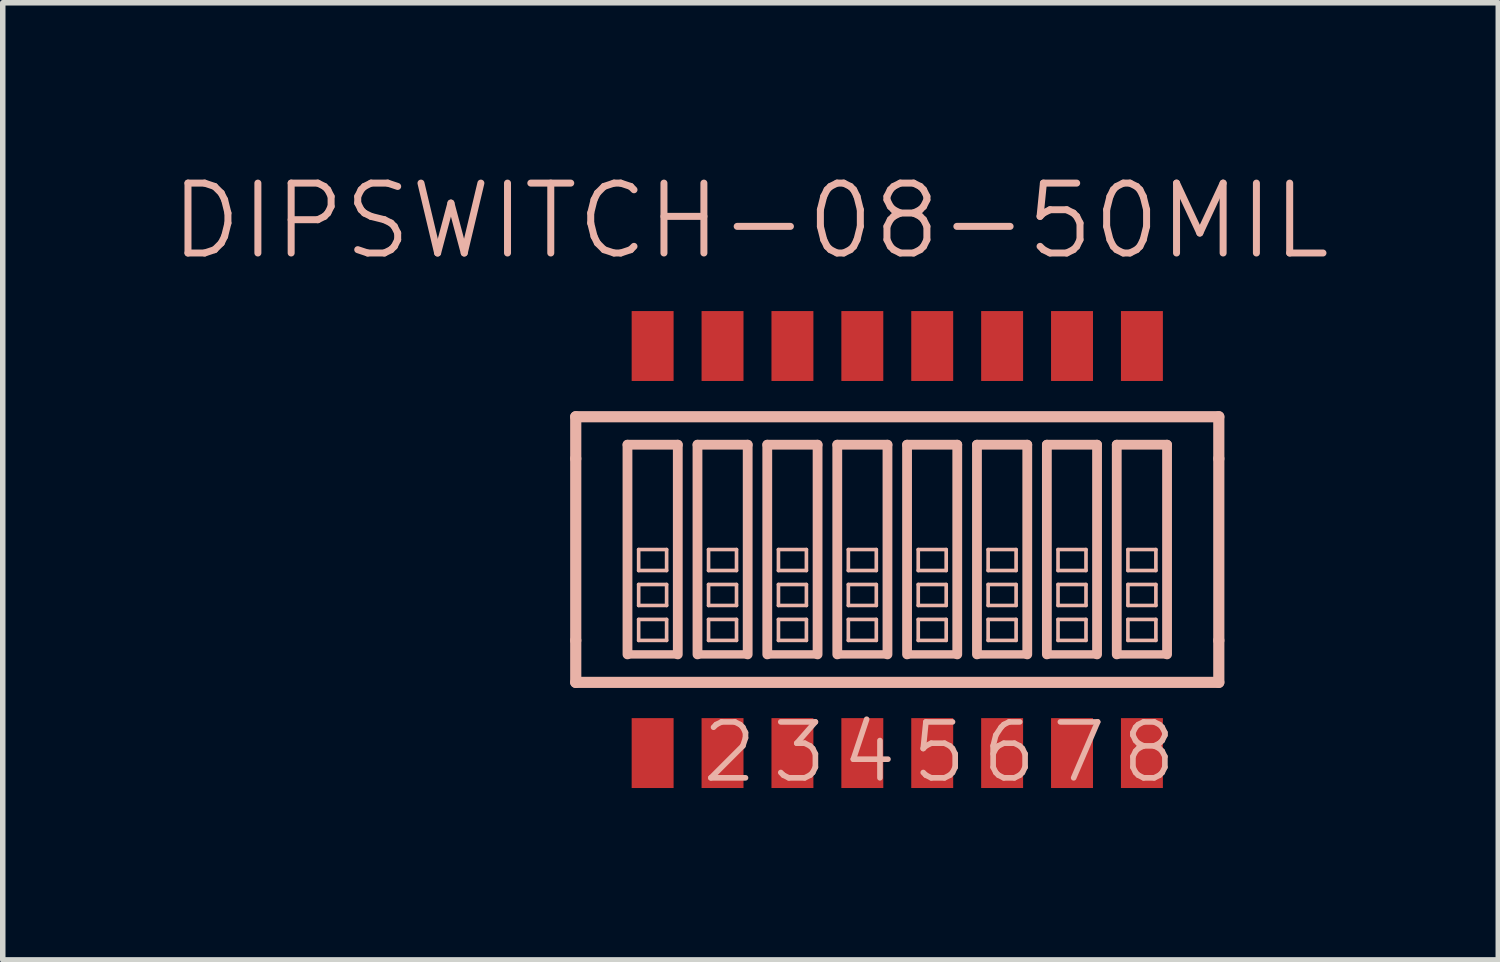
<source format=kicad_pcb>
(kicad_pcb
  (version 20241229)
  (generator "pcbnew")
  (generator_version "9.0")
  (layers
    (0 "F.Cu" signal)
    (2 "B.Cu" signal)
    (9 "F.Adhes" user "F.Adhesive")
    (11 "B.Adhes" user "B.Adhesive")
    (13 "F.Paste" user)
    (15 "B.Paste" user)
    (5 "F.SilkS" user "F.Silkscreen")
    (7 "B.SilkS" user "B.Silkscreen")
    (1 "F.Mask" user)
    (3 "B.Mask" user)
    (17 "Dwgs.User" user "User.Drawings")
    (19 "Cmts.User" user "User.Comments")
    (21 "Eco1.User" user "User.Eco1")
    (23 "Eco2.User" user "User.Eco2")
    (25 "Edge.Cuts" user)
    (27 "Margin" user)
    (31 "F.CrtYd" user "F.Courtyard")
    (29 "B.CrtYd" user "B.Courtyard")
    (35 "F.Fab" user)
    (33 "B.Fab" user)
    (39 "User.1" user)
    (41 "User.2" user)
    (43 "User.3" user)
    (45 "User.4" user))
  (footprint "DIPSWITCH-08-50MIL"
    (layer "F.Cu")
    (at 13.253 6.935)
    (property "Reference" "DIPSWITCH-08-50MIL" (at -2.667 -5.969 0) (layer "B.SilkS") (effects (font (size 1.27 1.27) (thickness 0.127))))
    (attr smd)
    (fp_line (start -5.842 -2.413) (end -5.842 -1.651) (stroke (width 0.203) (type solid)) (layer "B.SilkS"))
    (fp_line (start -5.842 -1.651) (end -5.842 1.651) (stroke (width 0.203) (type solid)) (layer "B.SilkS"))
    (fp_line (start -5.842 1.651) (end -5.842 2.413) (stroke (width 0.203) (type solid)) (layer "B.SilkS"))
    (fp_line (start -5.842 2.413) (end 5.842 2.413) (stroke (width 0.203) (type solid)) (layer "B.SilkS"))
    (fp_line (start -4.902 -1.905) (end -4.902 1.905) (stroke (width 0.178) (type solid)) (layer "B.SilkS"))
    (fp_line (start -4.902 -1.905) (end -3.988 -1.905) (stroke (width 0.178) (type solid)) (layer "B.SilkS"))
    (fp_line (start -4.699 0) (end -4.191 0) (stroke (width 0.066) (type solid)) (layer "B.SilkS"))
    (fp_line (start -4.699 0.381) (end -4.699 0) (stroke (width 0.066) (type solid)) (layer "B.SilkS"))
    (fp_line (start -4.699 0.381) (end -4.191 0.381) (stroke (width 0.066) (type solid)) (layer "B.SilkS"))
    (fp_line (start -4.699 0.635) (end -4.191 0.635) (stroke (width 0.066) (type solid)) (layer "B.SilkS"))
    (fp_line (start -4.699 1.016) (end -4.699 0.635) (stroke (width 0.066) (type solid)) (layer "B.SilkS"))
    (fp_line (start -4.699 1.016) (end -4.191 1.016) (stroke (width 0.066) (type solid)) (layer "B.SilkS"))
    (fp_line (start -4.699 1.27) (end -4.191 1.27) (stroke (width 0.066) (type solid)) (layer "B.SilkS"))
    (fp_line (start -4.699 1.651) (end -4.699 1.27) (stroke (width 0.066) (type solid)) (layer "B.SilkS"))
    (fp_line (start -4.699 1.651) (end -4.191 1.651) (stroke (width 0.066) (type solid)) (layer "B.SilkS"))
    (fp_line (start -4.191 0.381) (end -4.191 0) (stroke (width 0.066) (type solid)) (layer "B.SilkS"))
    (fp_line (start -4.191 1.016) (end -4.191 0.635) (stroke (width 0.066) (type solid)) (layer "B.SilkS"))
    (fp_line (start -4.191 1.651) (end -4.191 1.27) (stroke (width 0.066) (type solid)) (layer "B.SilkS"))
    (fp_line (start -3.988 1.905) (end -4.902 1.905) (stroke (width 0.152) (type solid)) (layer "B.SilkS"))
    (fp_line (start -3.988 1.905) (end -3.988 -1.905) (stroke (width 0.178) (type solid)) (layer "B.SilkS"))
    (fp_line (start -3.63 -1.905) (end -3.63 1.905) (stroke (width 0.178) (type solid)) (layer "B.SilkS"))
    (fp_line (start -3.63 -1.905) (end -2.718 -1.905) (stroke (width 0.178) (type solid)) (layer "B.SilkS"))
    (fp_line (start -3.429 0) (end -2.921 0) (stroke (width 0.066) (type solid)) (layer "B.SilkS"))
    (fp_line (start -3.429 0.381) (end -3.429 0) (stroke (width 0.066) (type solid)) (layer "B.SilkS"))
    (fp_line (start -3.429 0.381) (end -2.921 0.381) (stroke (width 0.066) (type solid)) (layer "B.SilkS"))
    (fp_line (start -3.429 0.635) (end -2.921 0.635) (stroke (width 0.066) (type solid)) (layer "B.SilkS"))
    (fp_line (start -3.429 1.016) (end -3.429 0.635) (stroke (width 0.066) (type solid)) (layer "B.SilkS"))
    (fp_line (start -3.429 1.016) (end -2.921 1.016) (stroke (width 0.066) (type solid)) (layer "B.SilkS"))
    (fp_line (start -3.429 1.27) (end -2.921 1.27) (stroke (width 0.066) (type solid)) (layer "B.SilkS"))
    (fp_line (start -3.429 1.651) (end -3.429 1.27) (stroke (width 0.066) (type solid)) (layer "B.SilkS"))
    (fp_line (start -3.429 1.651) (end -2.921 1.651) (stroke (width 0.066) (type solid)) (layer "B.SilkS"))
    (fp_line (start -2.921 0.381) (end -2.921 0) (stroke (width 0.066) (type solid)) (layer "B.SilkS"))
    (fp_line (start -2.921 1.016) (end -2.921 0.635) (stroke (width 0.066) (type solid)) (layer "B.SilkS"))
    (fp_line (start -2.921 1.651) (end -2.921 1.27) (stroke (width 0.066) (type solid)) (layer "B.SilkS"))
    (fp_line (start -2.718 1.905) (end -3.63 1.905) (stroke (width 0.152) (type solid)) (layer "B.SilkS"))
    (fp_line (start -2.718 1.905) (end -2.718 -1.905) (stroke (width 0.178) (type solid)) (layer "B.SilkS"))
    (fp_line (start -2.362 -1.905) (end -2.362 1.905) (stroke (width 0.178) (type solid)) (layer "B.SilkS"))
    (fp_line (start -2.362 -1.905) (end -1.448 -1.905) (stroke (width 0.178) (type solid)) (layer "B.SilkS"))
    (fp_line (start -2.159 0) (end -1.651 0) (stroke (width 0.066) (type solid)) (layer "B.SilkS"))
    (fp_line (start -2.159 0.381) (end -2.159 0) (stroke (width 0.066) (type solid)) (layer "B.SilkS"))
    (fp_line (start -2.159 0.381) (end -1.651 0.381) (stroke (width 0.066) (type solid)) (layer "B.SilkS"))
    (fp_line (start -2.159 0.635) (end -1.651 0.635) (stroke (width 0.066) (type solid)) (layer "B.SilkS"))
    (fp_line (start -2.159 1.016) (end -2.159 0.635) (stroke (width 0.066) (type solid)) (layer "B.SilkS"))
    (fp_line (start -2.159 1.016) (end -1.651 1.016) (stroke (width 0.066) (type solid)) (layer "B.SilkS"))
    (fp_line (start -2.159 1.27) (end -1.651 1.27) (stroke (width 0.066) (type solid)) (layer "B.SilkS"))
    (fp_line (start -2.159 1.651) (end -2.159 1.27) (stroke (width 0.066) (type solid)) (layer "B.SilkS"))
    (fp_line (start -2.159 1.651) (end -1.651 1.651) (stroke (width 0.066) (type solid)) (layer "B.SilkS"))
    (fp_line (start -1.651 0.381) (end -1.651 0) (stroke (width 0.066) (type solid)) (layer "B.SilkS"))
    (fp_line (start -1.651 1.016) (end -1.651 0.635) (stroke (width 0.066) (type solid)) (layer "B.SilkS"))
    (fp_line (start -1.651 1.651) (end -1.651 1.27) (stroke (width 0.066) (type solid)) (layer "B.SilkS"))
    (fp_line (start -1.448 1.905) (end -2.362 1.905) (stroke (width 0.152) (type solid)) (layer "B.SilkS"))
    (fp_line (start -1.448 1.905) (end -1.448 -1.905) (stroke (width 0.178) (type solid)) (layer "B.SilkS"))
    (fp_line (start -1.09 -1.905) (end -1.09 1.905) (stroke (width 0.178) (type solid)) (layer "B.SilkS"))
    (fp_line (start -1.09 -1.905) (end -0.178 -1.905) (stroke (width 0.178) (type solid)) (layer "B.SilkS"))
    (fp_line (start -0.889 0) (end -0.381 0) (stroke (width 0.066) (type solid)) (layer "B.SilkS"))
    (fp_line (start -0.889 0.381) (end -0.889 0) (stroke (width 0.066) (type solid)) (layer "B.SilkS"))
    (fp_line (start -0.889 0.381) (end -0.381 0.381) (stroke (width 0.066) (type solid)) (layer "B.SilkS"))
    (fp_line (start -0.889 0.635) (end -0.381 0.635) (stroke (width 0.066) (type solid)) (layer "B.SilkS"))
    (fp_line (start -0.889 1.016) (end -0.889 0.635) (stroke (width 0.066) (type solid)) (layer "B.SilkS"))
    (fp_line (start -0.889 1.016) (end -0.381 1.016) (stroke (width 0.066) (type solid)) (layer "B.SilkS"))
    (fp_line (start -0.889 1.27) (end -0.381 1.27) (stroke (width 0.066) (type solid)) (layer "B.SilkS"))
    (fp_line (start -0.889 1.651) (end -0.889 1.27) (stroke (width 0.066) (type solid)) (layer "B.SilkS"))
    (fp_line (start -0.889 1.651) (end -0.381 1.651) (stroke (width 0.066) (type solid)) (layer "B.SilkS"))
    (fp_line (start -0.381 0.381) (end -0.381 0) (stroke (width 0.066) (type solid)) (layer "B.SilkS"))
    (fp_line (start -0.381 1.016) (end -0.381 0.635) (stroke (width 0.066) (type solid)) (layer "B.SilkS"))
    (fp_line (start -0.381 1.651) (end -0.381 1.27) (stroke (width 0.066) (type solid)) (layer "B.SilkS"))
    (fp_line (start -0.178 1.905) (end -1.09 1.905) (stroke (width 0.152) (type solid)) (layer "B.SilkS"))
    (fp_line (start -0.178 1.905) (end -0.178 -1.905) (stroke (width 0.178) (type solid)) (layer "B.SilkS"))
    (fp_line (start 0.178 -1.905) (end 0.178 1.905) (stroke (width 0.178) (type solid)) (layer "B.SilkS"))
    (fp_line (start 0.178 -1.905) (end 1.09 -1.905) (stroke (width 0.178) (type solid)) (layer "B.SilkS"))
    (fp_line (start 0.381 0) (end 0.889 0) (stroke (width 0.066) (type solid)) (layer "B.SilkS"))
    (fp_line (start 0.381 0.381) (end 0.381 0) (stroke (width 0.066) (type solid)) (layer "B.SilkS"))
    (fp_line (start 0.381 0.381) (end 0.889 0.381) (stroke (width 0.066) (type solid)) (layer "B.SilkS"))
    (fp_line (start 0.381 0.635) (end 0.889 0.635) (stroke (width 0.066) (type solid)) (layer "B.SilkS"))
    (fp_line (start 0.381 1.016) (end 0.381 0.635) (stroke (width 0.066) (type solid)) (layer "B.SilkS"))
    (fp_line (start 0.381 1.016) (end 0.889 1.016) (stroke (width 0.066) (type solid)) (layer "B.SilkS"))
    (fp_line (start 0.381 1.27) (end 0.889 1.27) (stroke (width 0.066) (type solid)) (layer "B.SilkS"))
    (fp_line (start 0.381 1.651) (end 0.381 1.27) (stroke (width 0.066) (type solid)) (layer "B.SilkS"))
    (fp_line (start 0.381 1.651) (end 0.889 1.651) (stroke (width 0.066) (type solid)) (layer "B.SilkS"))
    (fp_line (start 0.889 0.381) (end 0.889 0) (stroke (width 0.066) (type solid)) (layer "B.SilkS"))
    (fp_line (start 0.889 1.016) (end 0.889 0.635) (stroke (width 0.066) (type solid)) (layer "B.SilkS"))
    (fp_line (start 0.889 1.651) (end 0.889 1.27) (stroke (width 0.066) (type solid)) (layer "B.SilkS"))
    (fp_line (start 1.09 1.905) (end 0.178 1.905) (stroke (width 0.152) (type solid)) (layer "B.SilkS"))
    (fp_line (start 1.09 1.905) (end 1.09 -1.905) (stroke (width 0.178) (type solid)) (layer "B.SilkS"))
    (fp_line (start 1.448 -1.905) (end 1.448 1.905) (stroke (width 0.178) (type solid)) (layer "B.SilkS"))
    (fp_line (start 1.448 -1.905) (end 2.362 -1.905) (stroke (width 0.178) (type solid)) (layer "B.SilkS"))
    (fp_line (start 1.651 0) (end 2.159 0) (stroke (width 0.066) (type solid)) (layer "B.SilkS"))
    (fp_line (start 1.651 0.381) (end 1.651 0) (stroke (width 0.066) (type solid)) (layer "B.SilkS"))
    (fp_line (start 1.651 0.381) (end 2.159 0.381) (stroke (width 0.066) (type solid)) (layer "B.SilkS"))
    (fp_line (start 1.651 0.635) (end 2.159 0.635) (stroke (width 0.066) (type solid)) (layer "B.SilkS"))
    (fp_line (start 1.651 1.016) (end 1.651 0.635) (stroke (width 0.066) (type solid)) (layer "B.SilkS"))
    (fp_line (start 1.651 1.016) (end 2.159 1.016) (stroke (width 0.066) (type solid)) (layer "B.SilkS"))
    (fp_line (start 1.651 1.27) (end 2.159 1.27) (stroke (width 0.066) (type solid)) (layer "B.SilkS"))
    (fp_line (start 1.651 1.651) (end 1.651 1.27) (stroke (width 0.066) (type solid)) (layer "B.SilkS"))
    (fp_line (start 1.651 1.651) (end 2.159 1.651) (stroke (width 0.066) (type solid)) (layer "B.SilkS"))
    (fp_line (start 2.159 0.381) (end 2.159 0) (stroke (width 0.066) (type solid)) (layer "B.SilkS"))
    (fp_line (start 2.159 1.016) (end 2.159 0.635) (stroke (width 0.066) (type solid)) (layer "B.SilkS"))
    (fp_line (start 2.159 1.651) (end 2.159 1.27) (stroke (width 0.066) (type solid)) (layer "B.SilkS"))
    (fp_line (start 2.362 1.905) (end 1.448 1.905) (stroke (width 0.152) (type solid)) (layer "B.SilkS"))
    (fp_line (start 2.362 1.905) (end 2.362 -1.905) (stroke (width 0.178) (type solid)) (layer "B.SilkS"))
    (fp_line (start 2.718 -1.905) (end 2.718 1.905) (stroke (width 0.178) (type solid)) (layer "B.SilkS"))
    (fp_line (start 2.718 -1.905) (end 3.63 -1.905) (stroke (width 0.178) (type solid)) (layer "B.SilkS"))
    (fp_line (start 2.921 0) (end 3.429 0) (stroke (width 0.066) (type solid)) (layer "B.SilkS"))
    (fp_line (start 2.921 0.381) (end 2.921 0) (stroke (width 0.066) (type solid)) (layer "B.SilkS"))
    (fp_line (start 2.921 0.381) (end 3.429 0.381) (stroke (width 0.066) (type solid)) (layer "B.SilkS"))
    (fp_line (start 2.921 0.635) (end 3.429 0.635) (stroke (width 0.066) (type solid)) (layer "B.SilkS"))
    (fp_line (start 2.921 1.016) (end 2.921 0.635) (stroke (width 0.066) (type solid)) (layer "B.SilkS"))
    (fp_line (start 2.921 1.016) (end 3.429 1.016) (stroke (width 0.066) (type solid)) (layer "B.SilkS"))
    (fp_line (start 2.921 1.27) (end 3.429 1.27) (stroke (width 0.066) (type solid)) (layer "B.SilkS"))
    (fp_line (start 2.921 1.651) (end 2.921 1.27) (stroke (width 0.066) (type solid)) (layer "B.SilkS"))
    (fp_line (start 2.921 1.651) (end 3.429 1.651) (stroke (width 0.066) (type solid)) (layer "B.SilkS"))
    (fp_line (start 3.429 0.381) (end 3.429 0) (stroke (width 0.066) (type solid)) (layer "B.SilkS"))
    (fp_line (start 3.429 1.016) (end 3.429 0.635) (stroke (width 0.066) (type solid)) (layer "B.SilkS"))
    (fp_line (start 3.429 1.651) (end 3.429 1.27) (stroke (width 0.066) (type solid)) (layer "B.SilkS"))
    (fp_line (start 3.63 1.905) (end 2.718 1.905) (stroke (width 0.152) (type solid)) (layer "B.SilkS"))
    (fp_line (start 3.63 1.905) (end 3.63 -1.905) (stroke (width 0.178) (type solid)) (layer "B.SilkS"))
    (fp_line (start 3.988 -1.905) (end 3.988 1.905) (stroke (width 0.178) (type solid)) (layer "B.SilkS"))
    (fp_line (start 3.988 -1.905) (end 4.902 -1.905) (stroke (width 0.178) (type solid)) (layer "B.SilkS"))
    (fp_line (start 4.191 0) (end 4.699 0) (stroke (width 0.066) (type solid)) (layer "B.SilkS"))
    (fp_line (start 4.191 0.381) (end 4.191 0) (stroke (width 0.066) (type solid)) (layer "B.SilkS"))
    (fp_line (start 4.191 0.381) (end 4.699 0.381) (stroke (width 0.066) (type solid)) (layer "B.SilkS"))
    (fp_line (start 4.191 0.635) (end 4.699 0.635) (stroke (width 0.066) (type solid)) (layer "B.SilkS"))
    (fp_line (start 4.191 1.016) (end 4.191 0.635) (stroke (width 0.066) (type solid)) (layer "B.SilkS"))
    (fp_line (start 4.191 1.016) (end 4.699 1.016) (stroke (width 0.066) (type solid)) (layer "B.SilkS"))
    (fp_line (start 4.191 1.27) (end 4.699 1.27) (stroke (width 0.066) (type solid)) (layer "B.SilkS"))
    (fp_line (start 4.191 1.651) (end 4.191 1.27) (stroke (width 0.066) (type solid)) (layer "B.SilkS"))
    (fp_line (start 4.191 1.651) (end 4.699 1.651) (stroke (width 0.066) (type solid)) (layer "B.SilkS"))
    (fp_line (start 4.699 0.381) (end 4.699 0) (stroke (width 0.066) (type solid)) (layer "B.SilkS"))
    (fp_line (start 4.699 1.016) (end 4.699 0.635) (stroke (width 0.066) (type solid)) (layer "B.SilkS"))
    (fp_line (start 4.699 1.651) (end 4.699 1.27) (stroke (width 0.066) (type solid)) (layer "B.SilkS"))
    (fp_line (start 4.902 1.905) (end 3.988 1.905) (stroke (width 0.152) (type solid)) (layer "B.SilkS"))
    (fp_line (start 4.902 1.905) (end 4.902 -1.905) (stroke (width 0.178) (type solid)) (layer "B.SilkS"))
    (fp_line (start 5.842 -2.413) (end -5.842 -2.413) (stroke (width 0.203) (type solid)) (layer "B.SilkS"))
    (fp_line (start 5.842 -1.651) (end 5.842 -2.413) (stroke (width 0.203) (type solid)) (layer "B.SilkS"))
    (fp_line (start 5.842 1.651) (end 5.842 -1.651) (stroke (width 0.203) (type solid)) (layer "B.SilkS"))
    (fp_line (start 5.842 2.413) (end 5.842 1.651) (stroke (width 0.203) (type solid)) (layer "B.SilkS"))
    (fp_text user "2" (at -3.048 3.683 0) (layer "B.SilkS") (effects (font (size 1.016 1.016) (thickness 0.102))))
    (fp_text user "3" (at -1.778 3.683 0) (layer "B.SilkS") (effects (font (size 1.016 1.016) (thickness 0.102))))
    (fp_text user "4" (at -0.508 3.683 0) (layer "B.SilkS") (effects (font (size 1.016 1.016) (thickness 0.102))))
    (fp_text user "8" (at 4.572 3.683 0) (layer "B.SilkS") (effects (font (size 1.016 1.016) (thickness 0.102))))
    (fp_text user "5" (at 0.762 3.683 0) (layer "B.SilkS") (effects (font (size 1.016 1.016) (thickness 0.102))))
    (fp_text user "6" (at 2.032 3.683 0) (layer "B.SilkS") (effects (font (size 1.016 1.016) (thickness 0.102))))
    (fp_text user "7" (at 3.302 3.683 0) (layer "B.SilkS") (effects (font (size 1.016 1.016) (thickness 0.102))))
    (pad "1" smd rect (at -4.445 3.698 90) (size 1.27 0.762) (layers "F.Cu" "F.Mask" "F.Paste"))
    (pad "2" smd rect (at -3.175 3.698 90) (size 1.27 0.762) (layers "F.Cu" "F.Mask" "F.Paste"))
    (pad "3" smd rect (at -1.905 3.698 90) (size 1.27 0.762) (layers "F.Cu" "F.Mask" "F.Paste"))
    (pad "4" smd rect (at -0.635 3.698 90) (size 1.27 0.762) (layers "F.Cu" "F.Mask" "F.Paste"))
    (pad "5" smd rect (at 0.635 3.698 90) (size 1.27 0.762) (layers "F.Cu" "F.Mask" "F.Paste"))
    (pad "6" smd rect (at 1.905 3.698 90) (size 1.27 0.762) (layers "F.Cu" "F.Mask" "F.Paste"))
    (pad "7" smd rect (at 3.175 3.698 90) (size 1.27 0.762) (layers "F.Cu" "F.Mask" "F.Paste"))
    (pad "8" smd rect (at 4.445 3.698 90) (size 1.27 0.762) (layers "F.Cu" "F.Mask" "F.Paste"))
    (pad "9" smd rect (at 4.445 -3.698 90) (size 1.27 0.762) (layers "F.Cu" "F.Mask" "F.Paste"))
    (pad "10" smd rect (at 3.175 -3.698 90) (size 1.27 0.762) (layers "F.Cu" "F.Mask" "F.Paste"))
    (pad "11" smd rect (at 1.905 -3.698 90) (size 1.27 0.762) (layers "F.Cu" "F.Mask" "F.Paste"))
    (pad "12" smd rect (at 0.635 -3.698 90) (size 1.27 0.762) (layers "F.Cu" "F.Mask" "F.Paste"))
    (pad "13" smd rect (at -0.635 -3.698 90) (size 1.27 0.762) (layers "F.Cu" "F.Mask" "F.Paste"))
    (pad "14" smd rect (at -1.905 -3.698 90) (size 1.27 0.762) (layers "F.Cu" "F.Mask" "F.Paste"))
    (pad "15" smd rect (at -3.175 -3.698 90) (size 1.27 0.762) (layers "F.Cu" "F.Mask" "F.Paste"))
    (pad "16" smd rect (at -4.445 -3.698 90) (size 1.27 0.762) (layers "F.Cu" "F.Mask" "F.Paste")))
  (gr_rect
    (start -3 -3)
    (end 24.173 14.391)
    (stroke (width 0.1) (type default))
    (fill no)
    (layer "Edge.Cuts")))
</source>
